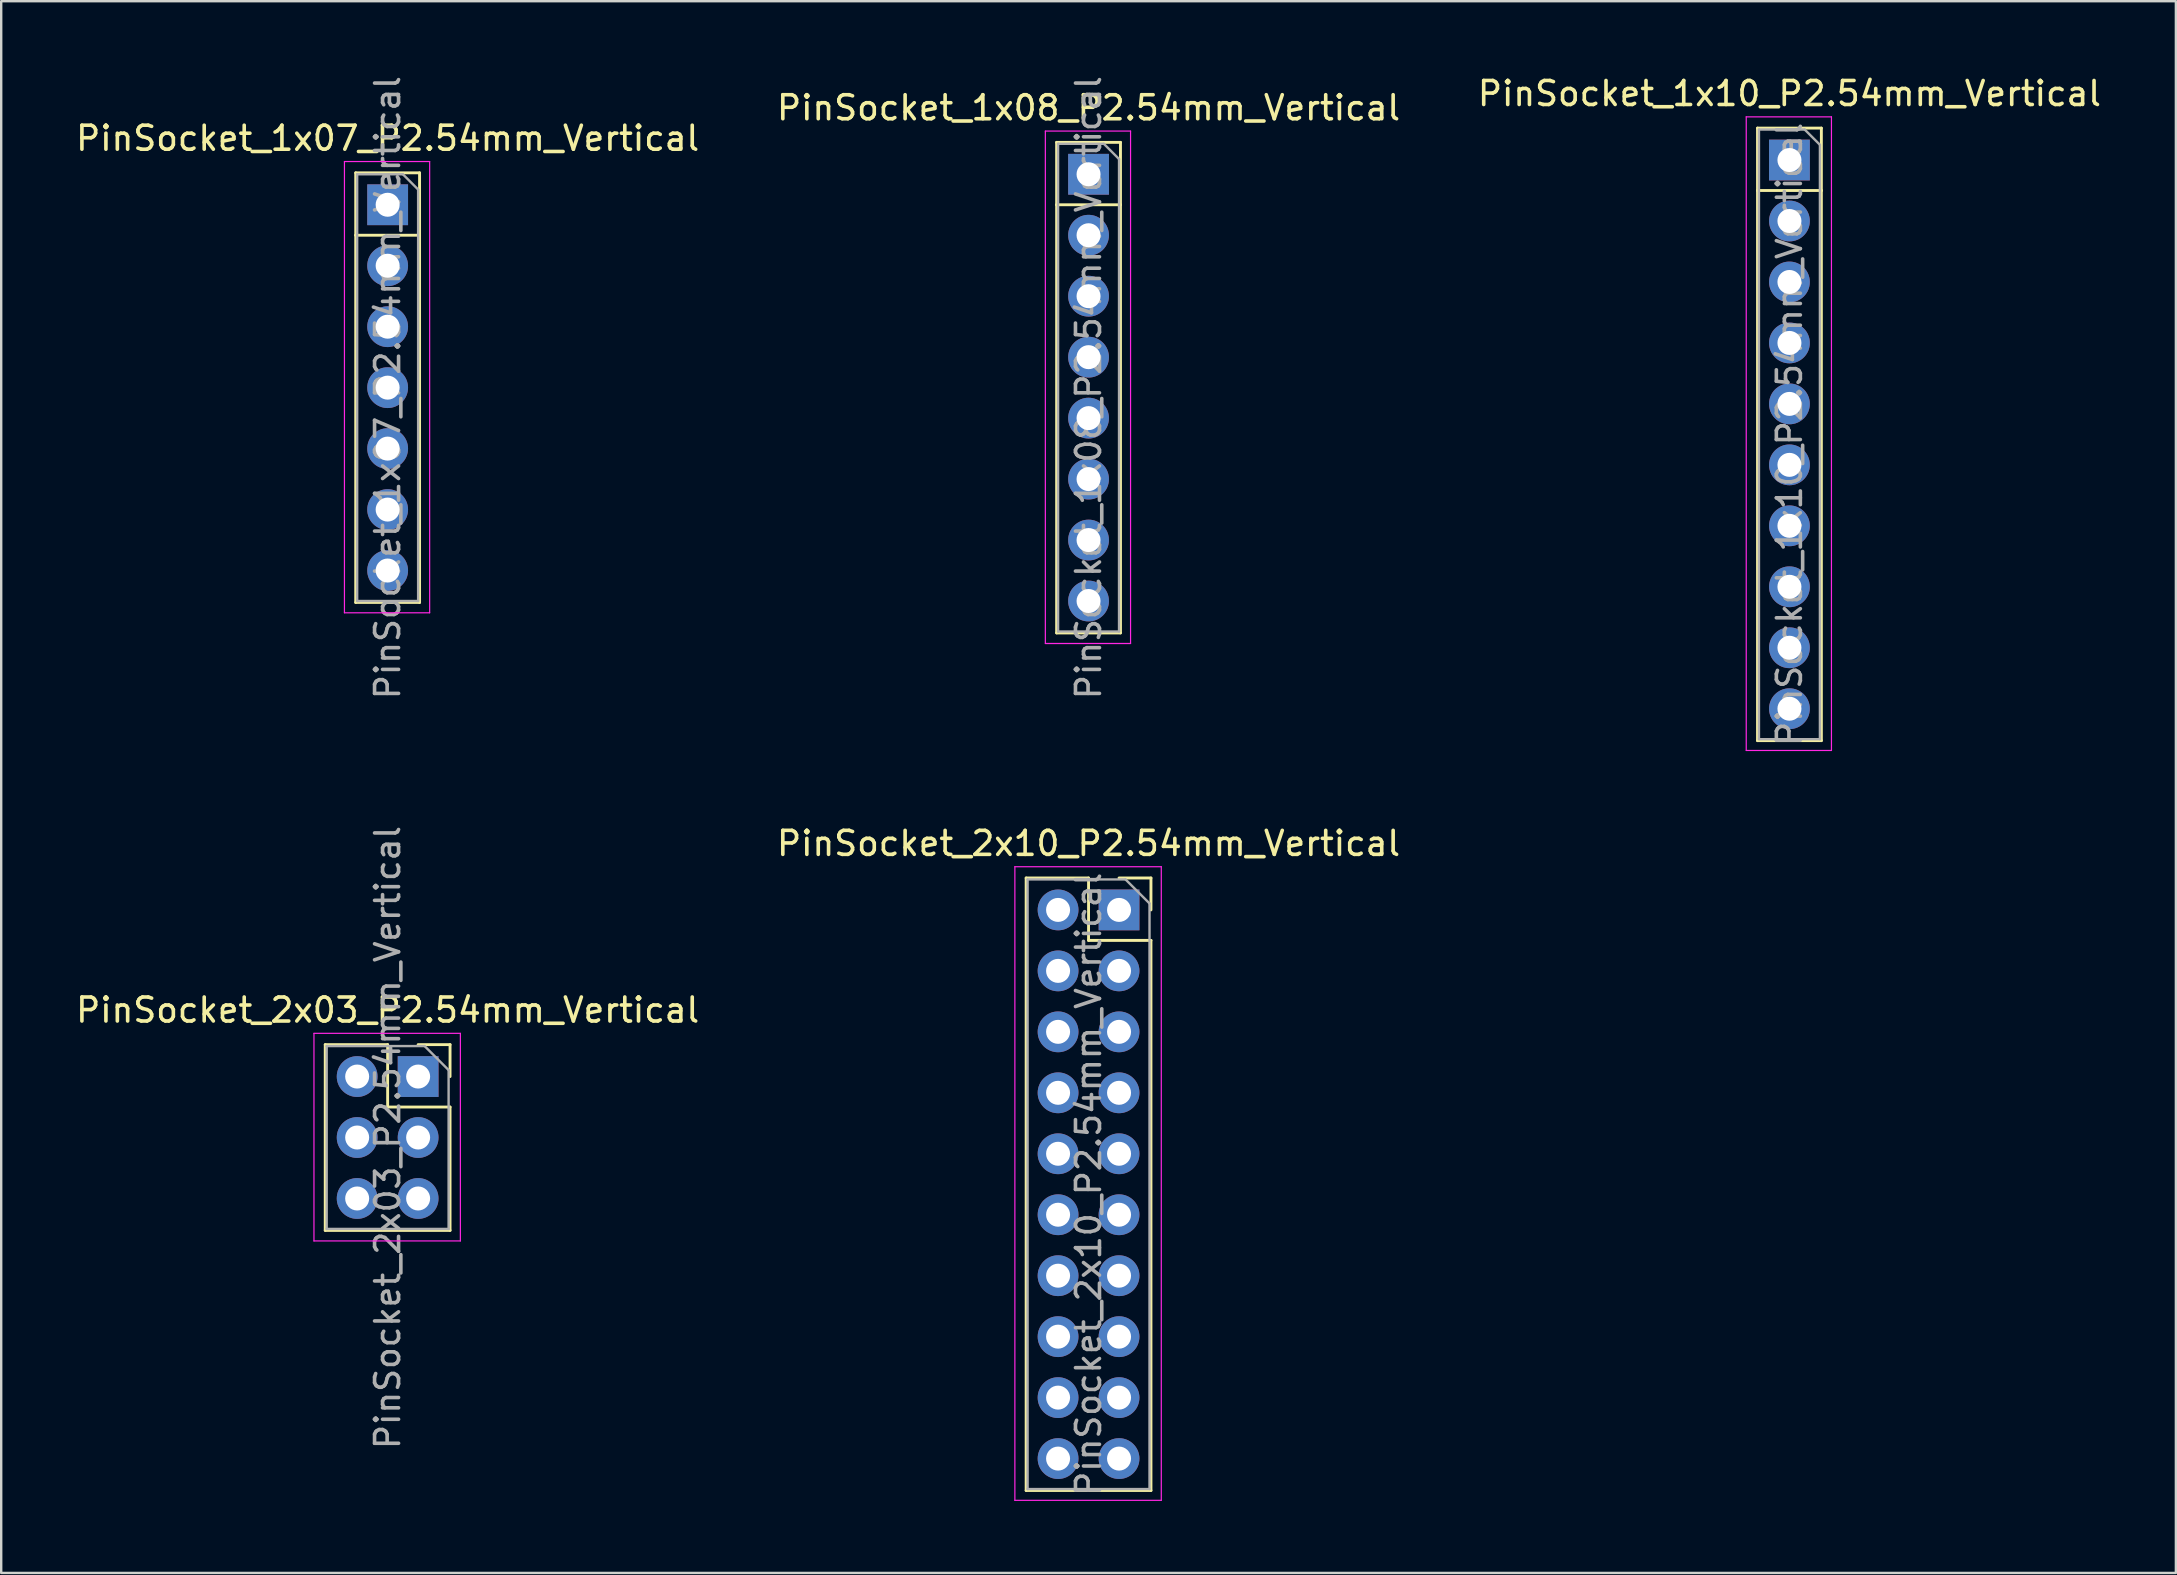
<source format=kicad_pcb>
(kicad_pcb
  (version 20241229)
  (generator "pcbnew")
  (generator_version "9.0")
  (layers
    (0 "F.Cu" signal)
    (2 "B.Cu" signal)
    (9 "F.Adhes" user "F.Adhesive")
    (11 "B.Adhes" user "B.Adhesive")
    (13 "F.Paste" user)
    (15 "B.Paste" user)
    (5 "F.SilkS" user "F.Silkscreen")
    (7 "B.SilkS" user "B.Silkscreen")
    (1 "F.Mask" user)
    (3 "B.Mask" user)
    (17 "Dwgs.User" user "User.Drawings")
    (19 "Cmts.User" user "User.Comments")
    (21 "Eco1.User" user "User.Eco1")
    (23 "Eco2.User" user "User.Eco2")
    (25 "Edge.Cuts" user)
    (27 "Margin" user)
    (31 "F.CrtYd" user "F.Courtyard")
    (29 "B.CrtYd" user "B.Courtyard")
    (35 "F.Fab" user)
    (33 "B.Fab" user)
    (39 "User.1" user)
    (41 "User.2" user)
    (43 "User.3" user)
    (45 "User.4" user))
  (footprint "PinSocket_1x07_P2.54mm_Vertical"
    (layer "F.Cu")
    (at 13.101 5.481)
    (property "Reference" "PinSocket_1x07_P2.54mm_Vertical" (at 0 -2.77 0) (layer "F.SilkS") (effects (font (size 1 1) (thickness 0.15))))
    (attr through_hole)
    (fp_line (start -1.33 -1.33) (end -1.33 1.27) (stroke (width 0.12) (type solid)) (layer "F.SilkS"))
    (fp_line (start -1.33 -1.33) (end 1.33 -1.33) (stroke (width 0.12) (type solid)) (layer "F.SilkS"))
    (fp_line (start -1.33 1.27) (end -1.33 16.57) (stroke (width 0.12) (type solid)) (layer "F.SilkS"))
    (fp_line (start -1.33 1.27) (end 1.33 1.27) (stroke (width 0.12) (type solid)) (layer "F.SilkS"))
    (fp_line (start -1.33 16.57) (end 1.33 16.57) (stroke (width 0.12) (type solid)) (layer "F.SilkS"))
    (fp_line (start 1.33 -1.33) (end 1.33 1.27) (stroke (width 0.12) (type solid)) (layer "F.SilkS"))
    (fp_line (start 1.33 1.27) (end 1.33 16.57) (stroke (width 0.12) (type solid)) (layer "F.SilkS"))
    (fp_line (start -1.8 -1.8) (end 1.75 -1.8) (stroke (width 0.05) (type solid)) (layer "F.CrtYd"))
    (fp_line (start -1.8 17) (end -1.8 -1.8) (stroke (width 0.05) (type solid)) (layer "F.CrtYd"))
    (fp_line (start 1.75 -1.8) (end 1.75 17) (stroke (width 0.05) (type solid)) (layer "F.CrtYd"))
    (fp_line (start 1.75 17) (end -1.8 17) (stroke (width 0.05) (type solid)) (layer "F.CrtYd"))
    (fp_line (start -1.27 -1.27) (end 0.635 -1.27) (stroke (width 0.1) (type solid)) (layer "F.Fab"))
    (fp_line (start -1.27 16.51) (end -1.27 -1.27) (stroke (width 0.1) (type solid)) (layer "F.Fab"))
    (fp_line (start 0.635 -1.27) (end 1.27 -0.635) (stroke (width 0.1) (type solid)) (layer "F.Fab"))
    (fp_line (start 1.27 -0.635) (end 1.27 16.51) (stroke (width 0.1) (type solid)) (layer "F.Fab"))
    (fp_line (start 1.27 16.51) (end -1.27 16.51) (stroke (width 0.1) (type solid)) (layer "F.Fab"))
    (fp_text user "${REFERENCE}" (at 0 7.62 90) (layer "F.Fab") (effects (font (size 1 1) (thickness 0.15))))
    (pad "1" thru_hole rect (at 0 0) (size 1.7 1.7) (drill 1) (layers "*.Cu" "*.Mask"))
    (pad "2" thru_hole oval (at 0 2.54) (size 1.7 1.7) (drill 1) (layers "*.Cu" "*.Mask"))
    (pad "3" thru_hole oval (at 0 5.08) (size 1.7 1.7) (drill 1) (layers "*.Cu" "*.Mask"))
    (pad "4" thru_hole oval (at 0 7.62) (size 1.7 1.7) (drill 1) (layers "*.Cu" "*.Mask"))
    (pad "5" thru_hole oval (at 0 10.16) (size 1.7 1.7) (drill 1) (layers "*.Cu" "*.Mask"))
    (pad "6" thru_hole oval (at 0 12.7) (size 1.7 1.7) (drill 1) (layers "*.Cu" "*.Mask"))
    (pad "7" thru_hole oval (at 0 15.24) (size 1.7 1.7) (drill 1) (layers "*.Cu" "*.Mask")))
  (footprint "PinSocket_1x08_P2.54mm_Vertical"
    (layer "F.Cu")
    (at 42.304 4.211)
    (property "Reference" "PinSocket_1x08_P2.54mm_Vertical" (at 0 -2.77 0) (layer "F.SilkS") (effects (font (size 1 1) (thickness 0.15))))
    (attr through_hole)
    (fp_line (start -1.33 -1.33) (end -1.33 1.27) (stroke (width 0.12) (type solid)) (layer "F.SilkS"))
    (fp_line (start -1.33 -1.33) (end 1.33 -1.33) (stroke (width 0.12) (type solid)) (layer "F.SilkS"))
    (fp_line (start -1.33 1.27) (end -1.33 19.11) (stroke (width 0.12) (type solid)) (layer "F.SilkS"))
    (fp_line (start -1.33 1.27) (end 1.33 1.27) (stroke (width 0.12) (type solid)) (layer "F.SilkS"))
    (fp_line (start -1.33 19.11) (end 1.33 19.11) (stroke (width 0.12) (type solid)) (layer "F.SilkS"))
    (fp_line (start 1.33 -1.33) (end 1.33 1.27) (stroke (width 0.12) (type solid)) (layer "F.SilkS"))
    (fp_line (start 1.33 1.27) (end 1.33 19.11) (stroke (width 0.12) (type solid)) (layer "F.SilkS"))
    (fp_line (start -1.8 -1.8) (end 1.75 -1.8) (stroke (width 0.05) (type solid)) (layer "F.CrtYd"))
    (fp_line (start -1.8 19.55) (end -1.8 -1.8) (stroke (width 0.05) (type solid)) (layer "F.CrtYd"))
    (fp_line (start 1.75 -1.8) (end 1.75 19.55) (stroke (width 0.05) (type solid)) (layer "F.CrtYd"))
    (fp_line (start 1.75 19.55) (end -1.8 19.55) (stroke (width 0.05) (type solid)) (layer "F.CrtYd"))
    (fp_line (start -1.27 -1.27) (end 0.635 -1.27) (stroke (width 0.1) (type solid)) (layer "F.Fab"))
    (fp_line (start -1.27 19.05) (end -1.27 -1.27) (stroke (width 0.1) (type solid)) (layer "F.Fab"))
    (fp_line (start 0.635 -1.27) (end 1.27 -0.635) (stroke (width 0.1) (type solid)) (layer "F.Fab"))
    (fp_line (start 1.27 -0.635) (end 1.27 19.05) (stroke (width 0.1) (type solid)) (layer "F.Fab"))
    (fp_line (start 1.27 19.05) (end -1.27 19.05) (stroke (width 0.1) (type solid)) (layer "F.Fab"))
    (fp_text user "${REFERENCE}" (at 0 8.89 90) (layer "F.Fab") (effects (font (size 1 1) (thickness 0.15))))
    (pad "1" thru_hole rect (at 0 0) (size 1.7 1.7) (drill 1) (layers "*.Cu" "*.Mask"))
    (pad "2" thru_hole oval (at 0 2.54) (size 1.7 1.7) (drill 1) (layers "*.Cu" "*.Mask"))
    (pad "3" thru_hole oval (at 0 5.08) (size 1.7 1.7) (drill 1) (layers "*.Cu" "*.Mask"))
    (pad "4" thru_hole oval (at 0 7.62) (size 1.7 1.7) (drill 1) (layers "*.Cu" "*.Mask"))
    (pad "5" thru_hole oval (at 0 10.16) (size 1.7 1.7) (drill 1) (layers "*.Cu" "*.Mask"))
    (pad "6" thru_hole oval (at 0 12.7) (size 1.7 1.7) (drill 1) (layers "*.Cu" "*.Mask"))
    (pad "7" thru_hole oval (at 0 15.24) (size 1.7 1.7) (drill 1) (layers "*.Cu" "*.Mask"))
    (pad "8" thru_hole oval (at 0 17.78) (size 1.7 1.7) (drill 1) (layers "*.Cu" "*.Mask")))
  (footprint "PinSocket_1x10_P2.54mm_Vertical"
    (layer "F.Cu")
    (at 71.506 3.618)
    (property "Reference" "PinSocket_1x10_P2.54mm_Vertical" (at 0 -2.77 0) (layer "F.SilkS") (effects (font (size 1 1) (thickness 0.15))))
    (attr through_hole)
    (fp_line (start -1.33 -1.33) (end -1.33 1.27) (stroke (width 0.12) (type solid)) (layer "F.SilkS"))
    (fp_line (start -1.33 -1.33) (end 1.33 -1.33) (stroke (width 0.12) (type solid)) (layer "F.SilkS"))
    (fp_line (start -1.33 1.27) (end -1.33 24.19) (stroke (width 0.12) (type solid)) (layer "F.SilkS"))
    (fp_line (start -1.33 1.27) (end 1.33 1.27) (stroke (width 0.12) (type solid)) (layer "F.SilkS"))
    (fp_line (start -1.33 24.19) (end 1.33 24.19) (stroke (width 0.12) (type solid)) (layer "F.SilkS"))
    (fp_line (start 1.33 -1.33) (end 1.33 1.27) (stroke (width 0.12) (type solid)) (layer "F.SilkS"))
    (fp_line (start 1.33 1.27) (end 1.33 24.19) (stroke (width 0.12) (type solid)) (layer "F.SilkS"))
    (fp_line (start -1.8 -1.8) (end 1.75 -1.8) (stroke (width 0.05) (type solid)) (layer "F.CrtYd"))
    (fp_line (start -1.8 24.6) (end -1.8 -1.8) (stroke (width 0.05) (type solid)) (layer "F.CrtYd"))
    (fp_line (start 1.75 -1.8) (end 1.75 24.6) (stroke (width 0.05) (type solid)) (layer "F.CrtYd"))
    (fp_line (start 1.75 24.6) (end -1.8 24.6) (stroke (width 0.05) (type solid)) (layer "F.CrtYd"))
    (fp_line (start -1.27 -1.27) (end 0.635 -1.27) (stroke (width 0.1) (type solid)) (layer "F.Fab"))
    (fp_line (start -1.27 24.13) (end -1.27 -1.27) (stroke (width 0.1) (type solid)) (layer "F.Fab"))
    (fp_line (start 0.635 -1.27) (end 1.27 -0.635) (stroke (width 0.1) (type solid)) (layer "F.Fab"))
    (fp_line (start 1.27 -0.635) (end 1.27 24.13) (stroke (width 0.1) (type solid)) (layer "F.Fab"))
    (fp_line (start 1.27 24.13) (end -1.27 24.13) (stroke (width 0.1) (type solid)) (layer "F.Fab"))
    (fp_text user "${REFERENCE}" (at 0 11.43 90) (layer "F.Fab") (effects (font (size 1 1) (thickness 0.15))))
    (pad "1" thru_hole rect (at 0 0) (size 1.7 1.7) (drill 1) (layers "*.Cu" "*.Mask"))
    (pad "2" thru_hole oval (at 0 2.54) (size 1.7 1.7) (drill 1) (layers "*.Cu" "*.Mask"))
    (pad "3" thru_hole oval (at 0 5.08) (size 1.7 1.7) (drill 1) (layers "*.Cu" "*.Mask"))
    (pad "4" thru_hole oval (at 0 7.62) (size 1.7 1.7) (drill 1) (layers "*.Cu" "*.Mask"))
    (pad "5" thru_hole oval (at 0 10.16) (size 1.7 1.7) (drill 1) (layers "*.Cu" "*.Mask"))
    (pad "6" thru_hole oval (at 0 12.7) (size 1.7 1.7) (drill 1) (layers "*.Cu" "*.Mask"))
    (pad "7" thru_hole oval (at 0 15.24) (size 1.7 1.7) (drill 1) (layers "*.Cu" "*.Mask"))
    (pad "8" thru_hole oval (at 0 17.78) (size 1.7 1.7) (drill 1) (layers "*.Cu" "*.Mask"))
    (pad "9" thru_hole oval (at 0 20.32) (size 1.7 1.7) (drill 1) (layers "*.Cu" "*.Mask"))
    (pad "10" thru_hole oval (at 0 22.86) (size 1.7 1.7) (drill 1) (layers "*.Cu" "*.Mask")))
  (footprint "PinSocket_2x03_P2.54mm_Vertical"
    (layer "F.Cu")
    (at 14.371 41.804)
    (property "Reference" "PinSocket_2x03_P2.54mm_Vertical" (at -1.27 -2.77 0) (layer "F.SilkS") (effects (font (size 1 1) (thickness 0.15))))
    (attr through_hole)
    (fp_line (start -3.87 -1.33) (end -3.87 6.41) (stroke (width 0.12) (type solid)) (layer "F.SilkS"))
    (fp_line (start -3.87 -1.33) (end -1.27 -1.33) (stroke (width 0.12) (type solid)) (layer "F.SilkS"))
    (fp_line (start -3.87 6.41) (end 1.33 6.41) (stroke (width 0.12) (type solid)) (layer "F.SilkS"))
    (fp_line (start -1.27 -1.33) (end -1.27 1.27) (stroke (width 0.12) (type solid)) (layer "F.SilkS"))
    (fp_line (start -1.27 1.27) (end 1.33 1.27) (stroke (width 0.12) (type solid)) (layer "F.SilkS"))
    (fp_line (start 0 -1.33) (end 1.33 -1.33) (stroke (width 0.12) (type solid)) (layer "F.SilkS"))
    (fp_line (start 1.33 -1.33) (end 1.33 0) (stroke (width 0.12) (type solid)) (layer "F.SilkS"))
    (fp_line (start 1.33 1.27) (end 1.33 6.41) (stroke (width 0.12) (type solid)) (layer "F.SilkS"))
    (fp_line (start -4.34 -1.8) (end 1.76 -1.8) (stroke (width 0.05) (type solid)) (layer "F.CrtYd"))
    (fp_line (start -4.34 6.85) (end -4.34 -1.8) (stroke (width 0.05) (type solid)) (layer "F.CrtYd"))
    (fp_line (start 1.76 -1.8) (end 1.76 6.85) (stroke (width 0.05) (type solid)) (layer "F.CrtYd"))
    (fp_line (start 1.76 6.85) (end -4.34 6.85) (stroke (width 0.05) (type solid)) (layer "F.CrtYd"))
    (fp_line (start -3.81 -1.27) (end 0.27 -1.27) (stroke (width 0.1) (type solid)) (layer "F.Fab"))
    (fp_line (start -3.81 6.35) (end -3.81 -1.27) (stroke (width 0.1) (type solid)) (layer "F.Fab"))
    (fp_line (start 0.27 -1.27) (end 1.27 -0.27) (stroke (width 0.1) (type solid)) (layer "F.Fab"))
    (fp_line (start 1.27 -0.27) (end 1.27 6.35) (stroke (width 0.1) (type solid)) (layer "F.Fab"))
    (fp_line (start 1.27 6.35) (end -3.81 6.35) (stroke (width 0.1) (type solid)) (layer "F.Fab"))
    (fp_text user "${REFERENCE}" (at -1.27 2.54 90) (layer "F.Fab") (effects (font (size 1 1) (thickness 0.15))))
    (pad "1" thru_hole rect (at 0 0) (size 1.7 1.7) (drill 1) (layers "*.Cu" "*.Mask"))
    (pad "2" thru_hole oval (at -2.54 0) (size 1.7 1.7) (drill 1) (layers "*.Cu" "*.Mask"))
    (pad "3" thru_hole oval (at 0 2.54) (size 1.7 1.7) (drill 1) (layers "*.Cu" "*.Mask"))
    (pad "4" thru_hole oval (at -2.54 2.54) (size 1.7 1.7) (drill 1) (layers "*.Cu" "*.Mask"))
    (pad "5" thru_hole oval (at 0 5.08) (size 1.7 1.7) (drill 1) (layers "*.Cu" "*.Mask"))
    (pad "6" thru_hole oval (at -2.54 5.08) (size 1.7 1.7) (drill 1) (layers "*.Cu" "*.Mask")))
  (footprint "PinSocket_2x10_P2.54mm_Vertical"
    (layer "F.Cu")
    (at 43.574 34.861)
    (property "Reference" "PinSocket_2x10_P2.54mm_Vertical" (at -1.27 -2.77 0) (layer "F.SilkS") (effects (font (size 1 1) (thickness 0.15))))
    (attr through_hole)
    (fp_line (start -3.87 -1.33) (end -3.87 24.19) (stroke (width 0.12) (type solid)) (layer "F.SilkS"))
    (fp_line (start -3.87 -1.33) (end -1.27 -1.33) (stroke (width 0.12) (type solid)) (layer "F.SilkS"))
    (fp_line (start -3.87 24.19) (end 1.33 24.19) (stroke (width 0.12) (type solid)) (layer "F.SilkS"))
    (fp_line (start -1.27 -1.33) (end -1.27 1.27) (stroke (width 0.12) (type solid)) (layer "F.SilkS"))
    (fp_line (start -1.27 1.27) (end 1.33 1.27) (stroke (width 0.12) (type solid)) (layer "F.SilkS"))
    (fp_line (start 0 -1.33) (end 1.33 -1.33) (stroke (width 0.12) (type solid)) (layer "F.SilkS"))
    (fp_line (start 1.33 -1.33) (end 1.33 0) (stroke (width 0.12) (type solid)) (layer "F.SilkS"))
    (fp_line (start 1.33 1.27) (end 1.33 24.19) (stroke (width 0.12) (type solid)) (layer "F.SilkS"))
    (fp_line (start -4.34 -1.8) (end 1.76 -1.8) (stroke (width 0.05) (type solid)) (layer "F.CrtYd"))
    (fp_line (start -4.34 24.6) (end -4.34 -1.8) (stroke (width 0.05) (type solid)) (layer "F.CrtYd"))
    (fp_line (start 1.76 -1.8) (end 1.76 24.6) (stroke (width 0.05) (type solid)) (layer "F.CrtYd"))
    (fp_line (start 1.76 24.6) (end -4.34 24.6) (stroke (width 0.05) (type solid)) (layer "F.CrtYd"))
    (fp_line (start -3.81 -1.27) (end 0.27 -1.27) (stroke (width 0.1) (type solid)) (layer "F.Fab"))
    (fp_line (start -3.81 24.13) (end -3.81 -1.27) (stroke (width 0.1) (type solid)) (layer "F.Fab"))
    (fp_line (start 0.27 -1.27) (end 1.27 -0.27) (stroke (width 0.1) (type solid)) (layer "F.Fab"))
    (fp_line (start 1.27 -0.27) (end 1.27 24.13) (stroke (width 0.1) (type solid)) (layer "F.Fab"))
    (fp_line (start 1.27 24.13) (end -3.81 24.13) (stroke (width 0.1) (type solid)) (layer "F.Fab"))
    (fp_text user "${REFERENCE}" (at -1.27 11.43 90) (layer "F.Fab") (effects (font (size 1 1) (thickness 0.15))))
    (pad "1" thru_hole rect (at 0 0) (size 1.7 1.7) (drill 1) (layers "*.Cu" "*.Mask"))
    (pad "2" thru_hole oval (at -2.54 0) (size 1.7 1.7) (drill 1) (layers "*.Cu" "*.Mask"))
    (pad "3" thru_hole oval (at 0 2.54) (size 1.7 1.7) (drill 1) (layers "*.Cu" "*.Mask"))
    (pad "4" thru_hole oval (at -2.54 2.54) (size 1.7 1.7) (drill 1) (layers "*.Cu" "*.Mask"))
    (pad "5" thru_hole oval (at 0 5.08) (size 1.7 1.7) (drill 1) (layers "*.Cu" "*.Mask"))
    (pad "6" thru_hole oval (at -2.54 5.08) (size 1.7 1.7) (drill 1) (layers "*.Cu" "*.Mask"))
    (pad "7" thru_hole oval (at 0 7.62) (size 1.7 1.7) (drill 1) (layers "*.Cu" "*.Mask"))
    (pad "8" thru_hole oval (at -2.54 7.62) (size 1.7 1.7) (drill 1) (layers "*.Cu" "*.Mask"))
    (pad "9" thru_hole oval (at 0 10.16) (size 1.7 1.7) (drill 1) (layers "*.Cu" "*.Mask"))
    (pad "10" thru_hole oval (at -2.54 10.16) (size 1.7 1.7) (drill 1) (layers "*.Cu" "*.Mask"))
    (pad "11" thru_hole oval (at 0 12.7) (size 1.7 1.7) (drill 1) (layers "*.Cu" "*.Mask"))
    (pad "12" thru_hole oval (at -2.54 12.7) (size 1.7 1.7) (drill 1) (layers "*.Cu" "*.Mask"))
    (pad "13" thru_hole oval (at 0 15.24) (size 1.7 1.7) (drill 1) (layers "*.Cu" "*.Mask"))
    (pad "14" thru_hole oval (at -2.54 15.24) (size 1.7 1.7) (drill 1) (layers "*.Cu" "*.Mask"))
    (pad "15" thru_hole oval (at 0 17.78) (size 1.7 1.7) (drill 1) (layers "*.Cu" "*.Mask"))
    (pad "16" thru_hole oval (at -2.54 17.78) (size 1.7 1.7) (drill 1) (layers "*.Cu" "*.Mask"))
    (pad "17" thru_hole oval (at 0 20.32) (size 1.7 1.7) (drill 1) (layers "*.Cu" "*.Mask"))
    (pad "18" thru_hole oval (at -2.54 20.32) (size 1.7 1.7) (drill 1) (layers "*.Cu" "*.Mask"))
    (pad "19" thru_hole oval (at 0 22.86) (size 1.7 1.7) (drill 1) (layers "*.Cu" "*.Mask"))
    (pad "20" thru_hole oval (at -2.54 22.86) (size 1.7 1.7) (drill 1) (layers "*.Cu" "*.Mask")))
  (gr_rect
    (start -3 -3)
    (end 87.607 62.486)
    (stroke (width 0.1) (type default))
    (fill no)
    (layer "Edge.Cuts")))
</source>
